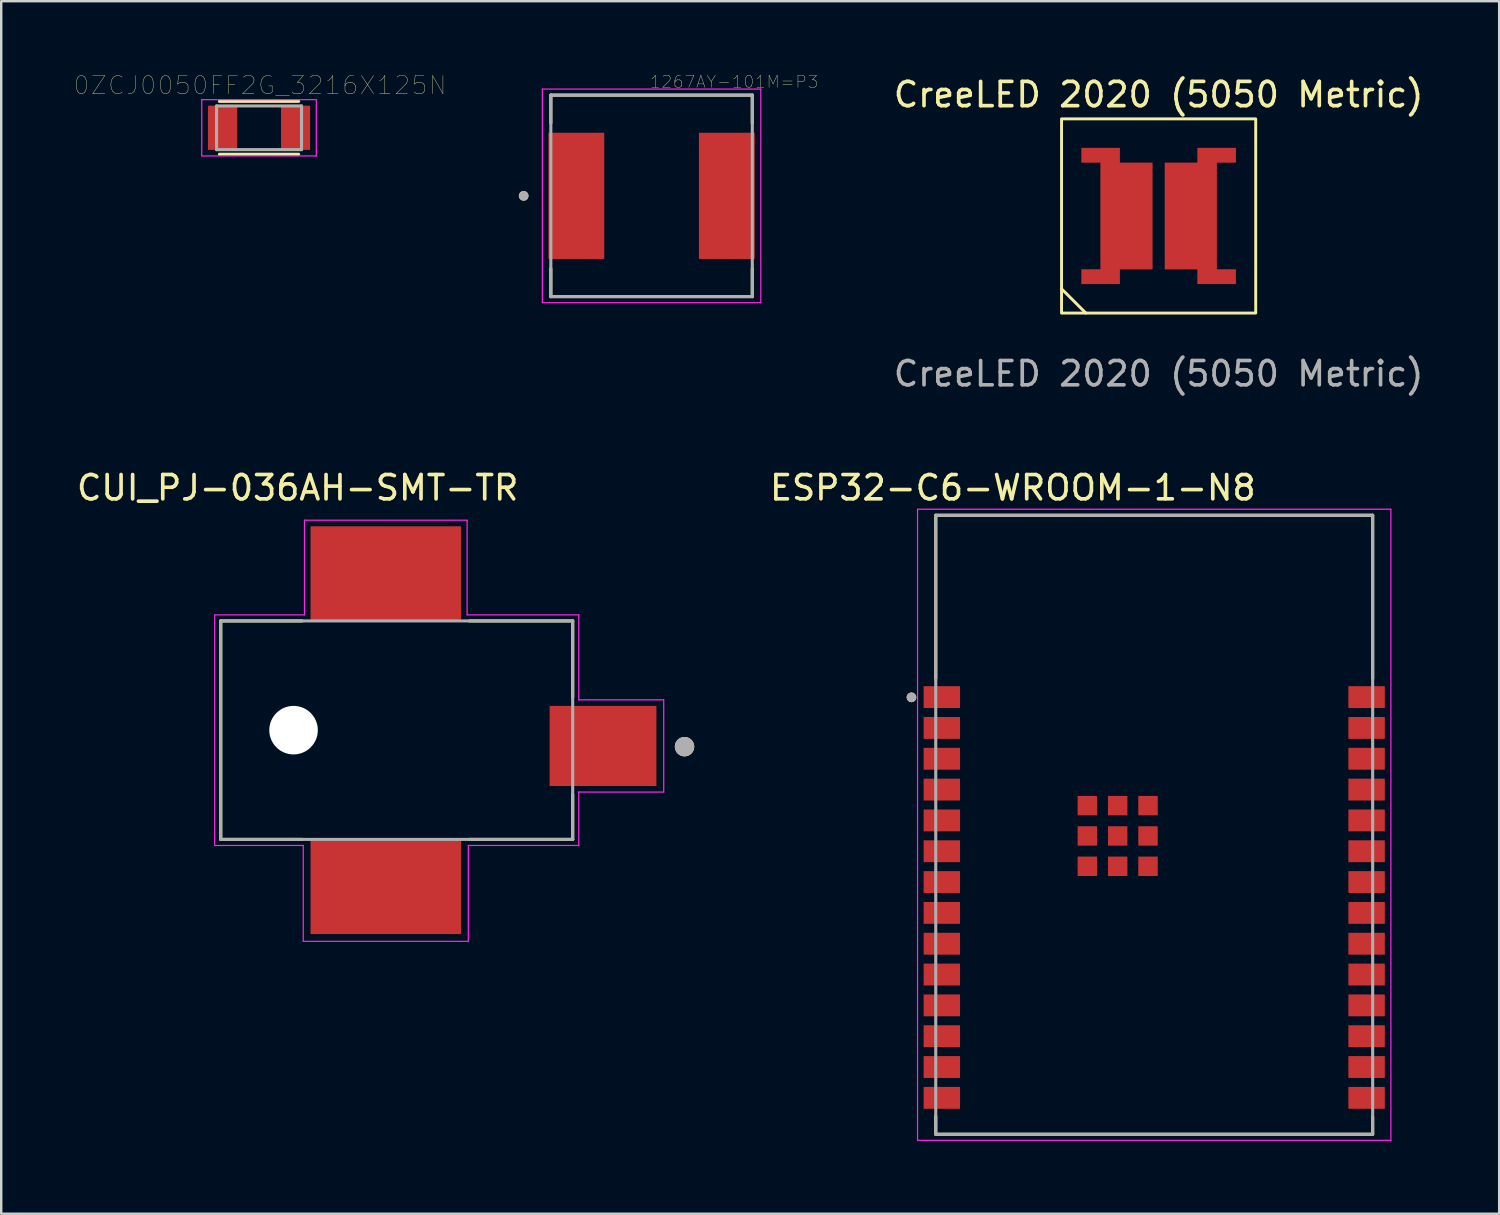
<source format=kicad_pcb>
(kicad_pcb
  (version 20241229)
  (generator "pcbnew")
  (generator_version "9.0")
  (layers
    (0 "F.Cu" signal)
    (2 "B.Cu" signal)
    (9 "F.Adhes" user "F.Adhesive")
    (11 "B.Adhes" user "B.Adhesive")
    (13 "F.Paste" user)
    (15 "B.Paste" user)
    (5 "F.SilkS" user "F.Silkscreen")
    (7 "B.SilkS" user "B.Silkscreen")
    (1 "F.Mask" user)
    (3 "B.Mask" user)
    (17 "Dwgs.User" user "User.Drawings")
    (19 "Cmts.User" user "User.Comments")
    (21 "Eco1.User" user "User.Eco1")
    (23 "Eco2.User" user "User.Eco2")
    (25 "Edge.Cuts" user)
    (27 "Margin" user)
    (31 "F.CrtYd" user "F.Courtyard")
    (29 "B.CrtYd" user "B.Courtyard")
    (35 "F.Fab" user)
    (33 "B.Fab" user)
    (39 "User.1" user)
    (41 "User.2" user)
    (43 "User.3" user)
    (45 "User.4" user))
  (footprint "0ZCJ0050FF2G_3216X125N"
    (layer "F.Cu")
    (at 7.622 2.215)
    (property "Reference" "0ZCJ0050FF2G_3216X125N" (at 0.04 -1.75 0) (layer "F.SilkS") (effects (font (size 0.75 0.75) (thickness 0.015))))
    (attr through_hole)
    (fp_line (start -1.63 -1.09) (end 1.63 -1.09) (stroke (width 0.127) (type solid)) (layer "F.SilkS"))
    (fp_line (start -1.63 1.09) (end 1.63 1.09) (stroke (width 0.127) (type solid)) (layer "F.SilkS"))
    (fp_line (start -2.36 -1.16) (end 2.36 -1.16) (stroke (width 0.05) (type solid)) (layer "F.CrtYd"))
    (fp_line (start -2.36 1.16) (end -2.36 -1.16) (stroke (width 0.05) (type solid)) (layer "F.CrtYd"))
    (fp_line (start 2.36 -1.16) (end 2.36 1.16) (stroke (width 0.05) (type solid)) (layer "F.CrtYd"))
    (fp_line (start 2.36 1.16) (end -2.36 1.16) (stroke (width 0.05) (type solid)) (layer "F.CrtYd"))
    (fp_line (start -1.75 -0.9) (end 1.75 -0.9) (stroke (width 0.127) (type solid)) (layer "F.Fab"))
    (fp_line (start -1.75 0.9) (end -1.75 -0.9) (stroke (width 0.127) (type solid)) (layer "F.Fab"))
    (fp_line (start 1.75 -0.9) (end 1.75 0.9) (stroke (width 0.127) (type solid)) (layer "F.Fab"))
    (fp_line (start 1.75 0.9) (end -1.75 0.9) (stroke (width 0.127) (type solid)) (layer "F.Fab"))
    (pad "1" smd rect (at -1.505 0) (size 1.2 1.82) (layers "F.Cu" "F.Mask" "F.Paste"))
    (pad "2" smd rect (at 1.505 0) (size 1.2 1.82) (layers "F.Cu" "F.Mask" "F.Paste")))
  (footprint "ESP32-C6-WROOM-1-N8"
    (layer "F.Cu")
    (at 44.502 30.93)
    (property "Reference" "ESP32-C6-WROOM-1-N8" (at -5.825 -13.885 0) (layer "F.SilkS") (effects (font (size 1 1) (thickness 0.15))))
    (attr smd)
    (fp_line (start -9 -12.75) (end 9 -12.75) (stroke (width 0.127) (type solid)) (layer "F.SilkS"))
    (fp_line (start -9 -6.03) (end -9 -12.75) (stroke (width 0.127) (type solid)) (layer "F.SilkS"))
    (fp_line (start -9 12.75) (end -9 12.02) (stroke (width 0.127) (type solid)) (layer "F.SilkS"))
    (fp_line (start -9 12.75) (end 9 12.75) (stroke (width 0.127) (type solid)) (layer "F.SilkS"))
    (fp_line (start 9 -12.75) (end 9 -6.03) (stroke (width 0.127) (type solid)) (layer "F.SilkS"))
    (fp_line (start 9 12.02) (end 9 12.75) (stroke (width 0.127) (type solid)) (layer "F.SilkS"))
    (fp_circle (center -10 -5.25) (end -9.9 -5.25) (stroke (width 0.2) (type solid)) (fill no) (layer "F.SilkS"))
    (fp_line (start -9.75 -13) (end -9.75 13) (stroke (width 0.05) (type solid)) (layer "F.CrtYd"))
    (fp_line (start -9.75 13) (end 9.75 13) (stroke (width 0.05) (type solid)) (layer "F.CrtYd"))
    (fp_line (start 9.75 -13) (end -9.75 -13) (stroke (width 0.05) (type solid)) (layer "F.CrtYd"))
    (fp_line (start 9.75 13) (end 9.75 -13) (stroke (width 0.05) (type solid)) (layer "F.CrtYd"))
    (fp_line (start -9 -12.75) (end 9 -12.75) (stroke (width 0.127) (type solid)) (layer "F.Fab"))
    (fp_line (start -9 12.75) (end -9 -12.75) (stroke (width 0.127) (type solid)) (layer "F.Fab"))
    (fp_line (start -9 12.75) (end 9 12.75) (stroke (width 0.127) (type solid)) (layer "F.Fab"))
    (fp_line (start 9 -12.75) (end 9 12.75) (stroke (width 0.127) (type solid)) (layer "F.Fab"))
    (fp_circle (center -10 -5.25) (end -9.9 -5.25) (stroke (width 0.2) (type solid)) (fill no) (layer "F.Fab"))
    (pad "1" smd rect (at -8.75 -5.26) (size 1.5 0.9) (layers "F.Cu" "F.Mask" "F.Paste"))
    (pad "2" smd rect (at -8.75 -3.99) (size 1.5 0.9) (layers "F.Cu" "F.Mask" "F.Paste"))
    (pad "3" smd rect (at -8.75 -2.72) (size 1.5 0.9) (layers "F.Cu" "F.Mask" "F.Paste"))
    (pad "4" smd rect (at -8.75 -1.45) (size 1.5 0.9) (layers "F.Cu" "F.Mask" "F.Paste"))
    (pad "5" smd rect (at -8.75 -0.18) (size 1.5 0.9) (layers "F.Cu" "F.Mask" "F.Paste"))
    (pad "6" smd rect (at -8.75 1.09) (size 1.5 0.9) (layers "F.Cu" "F.Mask" "F.Paste"))
    (pad "7" smd rect (at -8.75 2.36) (size 1.5 0.9) (layers "F.Cu" "F.Mask" "F.Paste"))
    (pad "8" smd rect (at -8.75 3.63) (size 1.5 0.9) (layers "F.Cu" "F.Mask" "F.Paste"))
    (pad "9" smd rect (at -8.75 4.9) (size 1.5 0.9) (layers "F.Cu" "F.Mask" "F.Paste"))
    (pad "10" smd rect (at -8.75 6.17) (size 1.5 0.9) (layers "F.Cu" "F.Mask" "F.Paste"))
    (pad "11" smd rect (at -8.75 7.44) (size 1.5 0.9) (layers "F.Cu" "F.Mask" "F.Paste"))
    (pad "12" smd rect (at -8.75 8.71) (size 1.5 0.9) (layers "F.Cu" "F.Mask" "F.Paste"))
    (pad "13" smd rect (at -8.75 9.98) (size 1.5 0.9) (layers "F.Cu" "F.Mask" "F.Paste"))
    (pad "14" smd rect (at -8.75 11.25) (size 1.5 0.9) (layers "F.Cu" "F.Mask" "F.Paste"))
    (pad "15" smd rect (at 8.75 11.25) (size 1.5 0.9) (layers "F.Cu" "F.Mask" "F.Paste"))
    (pad "16" smd rect (at 8.75 9.98) (size 1.5 0.9) (layers "F.Cu" "F.Mask" "F.Paste"))
    (pad "17" smd rect (at 8.75 8.71) (size 1.5 0.9) (layers "F.Cu" "F.Mask" "F.Paste"))
    (pad "18" smd rect (at 8.75 7.44) (size 1.5 0.9) (layers "F.Cu" "F.Mask" "F.Paste"))
    (pad "19" smd rect (at 8.75 6.17) (size 1.5 0.9) (layers "F.Cu" "F.Mask" "F.Paste"))
    (pad "20" smd rect (at 8.75 4.9) (size 1.5 0.9) (layers "F.Cu" "F.Mask" "F.Paste"))
    (pad "21" smd rect (at 8.75 3.63) (size 1.5 0.9) (layers "F.Cu" "F.Mask" "F.Paste"))
    (pad "22" smd rect (at 8.75 2.36) (size 1.5 0.9) (layers "F.Cu" "F.Mask" "F.Paste"))
    (pad "23" smd rect (at 8.75 1.09) (size 1.5 0.9) (layers "F.Cu" "F.Mask" "F.Paste"))
    (pad "24" smd rect (at 8.75 -0.18) (size 1.5 0.9) (layers "F.Cu" "F.Mask" "F.Paste"))
    (pad "25" smd rect (at 8.75 -1.45) (size 1.5 0.9) (layers "F.Cu" "F.Mask" "F.Paste"))
    (pad "26" smd rect (at 8.75 -2.72) (size 1.5 0.9) (layers "F.Cu" "F.Mask" "F.Paste"))
    (pad "27" smd rect (at 8.75 -3.99) (size 1.5 0.9) (layers "F.Cu" "F.Mask" "F.Paste"))
    (pad "28" smd rect (at 8.75 -5.26) (size 1.5 0.9) (layers "F.Cu" "F.Mask" "F.Paste"))
    (pad "29_1" smd rect (at -2.755 -0.79) (size 0.8 0.8) (layers "F.Cu" "F.Mask" "F.Paste"))
    (pad "29_2" smd rect (at -1.505 -0.79) (size 0.8 0.8) (layers "F.Cu" "F.Mask" "F.Paste"))
    (pad "29_3" smd rect (at -0.255 -0.79) (size 0.8 0.8) (layers "F.Cu" "F.Mask" "F.Paste"))
    (pad "29_4" smd rect (at -2.755 0.46) (size 0.8 0.8) (layers "F.Cu" "F.Mask" "F.Paste"))
    (pad "29_5" smd rect (at -1.505 0.46) (size 0.8 0.8) (layers "F.Cu" "F.Mask" "F.Paste"))
    (pad "29_6" smd rect (at -0.255 0.46) (size 0.8 0.8) (layers "F.Cu" "F.Mask" "F.Paste"))
    (pad "29_7" smd rect (at -2.755 1.71) (size 0.8 0.8) (layers "F.Cu" "F.Mask" "F.Paste"))
    (pad "29_8" smd rect (at -1.505 1.71) (size 0.8 0.8) (layers "F.Cu" "F.Mask" "F.Paste"))
    (pad "29_9" smd rect (at -0.255 1.71) (size 0.8 0.8) (layers "F.Cu" "F.Mask" "F.Paste"))
    (zone (net_name "") (layer "F.Cu") (name "Antenna") (hatch full 0.508) (connect_pads) (min_thickness 0.01) (filled_areas_thickness no) (keepout (tracks not_allowed) (vias not_allowed) (pads not_allowed) (copperpour not_allowed) (footprints allowed)) (placement (enabled no)) (fill) (polygon (pts (xy 35.502 18.18) (xy 53.502 18.18) (xy 53.502 24.18) (xy 35.502 24.18))))
    (zone (net_name "") (layers "F.Cu" "B.Cu") (name "Antenna") (hatch full 0.508) (connect_pads) (min_thickness 0.01) (filled_areas_thickness no) (keepout (tracks not_allowed) (vias not_allowed) (pads not_allowed) (copperpour not_allowed) (footprints allowed)) (placement (enabled no)) (fill) (polygon (pts (xy 35.502 18.18) (xy 53.502 18.18) (xy 53.502 24.18) (xy 35.502 24.18)))))
  (footprint "CUI_PJ-036AH-SMT-TR"
    (layer "F.Cu")
    (at 21.794 27.682)
    (property "Reference" "CUI_PJ-036AH-SMT-TR" (at -12.58 -10.636 0) (layer "F.SilkS") (effects (font (size 1.002 1.002) (thickness 0.15))))
    (attr through_hole)
    (fp_line (start -15.75 -5.15) (end -15.75 3.85) (stroke (width 0.127) (type solid)) (layer "F.SilkS"))
    (fp_line (start -15.75 3.85) (end -12.4 3.85) (stroke (width 0.127) (type solid)) (layer "F.SilkS"))
    (fp_line (start -12.4 -5.15) (end -15.75 -5.15) (stroke (width 0.127) (type solid)) (layer "F.SilkS"))
    (fp_line (start -5.5 3.85) (end -1.25 3.85) (stroke (width 0.127) (type solid)) (layer "F.SilkS"))
    (fp_line (start -1.25 -5.15) (end -5.5 -5.15) (stroke (width 0.127) (type solid)) (layer "F.SilkS"))
    (fp_line (start -1.25 -2) (end -1.25 -5.15) (stroke (width 0.127) (type solid)) (layer "F.SilkS"))
    (fp_line (start -1.25 3.85) (end -1.25 2) (stroke (width 0.127) (type solid)) (layer "F.SilkS"))
    (fp_circle (center 3.358 0.03) (end 3.558 0.03) (stroke (width 0.4) (type solid)) (fill no) (layer "F.SilkS"))
    (fp_line (start -16 -5.4) (end -16 4.1) (stroke (width 0.05) (type solid)) (layer "F.CrtYd"))
    (fp_line (start -16 4.1) (end -12.35 4.1) (stroke (width 0.05) (type solid)) (layer "F.CrtYd"))
    (fp_line (start -12.35 4.1) (end -12.35 8.05) (stroke (width 0.05) (type solid)) (layer "F.CrtYd"))
    (fp_line (start -12.35 8.05) (end -5.55 8.05) (stroke (width 0.05) (type solid)) (layer "F.CrtYd"))
    (fp_line (start -12.3 -9.3) (end -5.6 -9.3) (stroke (width 0.05) (type solid)) (layer "F.CrtYd"))
    (fp_line (start -12.3 -5.4) (end -16 -5.4) (stroke (width 0.05) (type solid)) (layer "F.CrtYd"))
    (fp_line (start -12.3 -5.4) (end -12.3 -9.3) (stroke (width 0.05) (type solid)) (layer "F.CrtYd"))
    (fp_line (start -5.6 -9.3) (end -5.6 -5.4) (stroke (width 0.05) (type solid)) (layer "F.CrtYd"))
    (fp_line (start -5.55 4.1) (end -1 4.1) (stroke (width 0.05) (type solid)) (layer "F.CrtYd"))
    (fp_line (start -5.55 8.05) (end -5.55 4.1) (stroke (width 0.05) (type solid)) (layer "F.CrtYd"))
    (fp_line (start -1 -5.4) (end -5.6 -5.4) (stroke (width 0.05) (type solid)) (layer "F.CrtYd"))
    (fp_line (start -1 -1.9) (end -1 -5.4) (stroke (width 0.05) (type solid)) (layer "F.CrtYd"))
    (fp_line (start -1 -1.9) (end 2.5 -1.9) (stroke (width 0.05) (type solid)) (layer "F.CrtYd"))
    (fp_line (start -1 4.1) (end -1 1.9) (stroke (width 0.05) (type solid)) (layer "F.CrtYd"))
    (fp_line (start 2.5 -1.9) (end 2.5 1.9) (stroke (width 0.05) (type solid)) (layer "F.CrtYd"))
    (fp_line (start 2.5 1.9) (end -1 1.9) (stroke (width 0.05) (type solid)) (layer "F.CrtYd"))
    (fp_line (start -15.75 -5.15) (end -15.75 3.85) (stroke (width 0.127) (type solid)) (layer "F.Fab"))
    (fp_line (start -15.75 3.85) (end -1.25 3.85) (stroke (width 0.127) (type solid)) (layer "F.Fab"))
    (fp_line (start -1.25 -5.15) (end -15.75 -5.15) (stroke (width 0.127) (type solid)) (layer "F.Fab"))
    (fp_line (start -1.25 3.85) (end -1.25 -5.15) (stroke (width 0.127) (type solid)) (layer "F.Fab"))
    (fp_circle (center 3.358 0.03) (end 3.558 0.03) (stroke (width 0.4) (type solid)) (fill no) (layer "F.Fab"))
    (pad "" np_thru_hole circle (at -12.75 -0.65) (size 2 2) (drill 2) (layers "*.Cu" "*.Mask"))
    (pad "1" smd rect (at 0 0 90) (size 3.3 4.4) (layers "F.Cu" "F.Mask" "F.Paste"))
    (pad "2" smd rect (at -8.95 -7.1 180) (size 6.2 3.9) (layers "F.Cu" "F.Mask" "F.Paste"))
    (pad "3" smd rect (at -8.95 5.8) (size 6.2 3.9) (layers "F.Cu" "F.Mask" "F.Paste")))
  (footprint "1267AY-101M=P3"
    (layer "F.Cu")
    (at 23.794 5.019)
    (property "Reference" "1267AY-101M=P3" (at 3.4 -4.7 0) (layer "F.SilkS") (effects (font (size 0.5 0.5) (thickness 0.015))))
    (attr through_hole)
    (fp_line (start -4.15 -4.15) (end 4.15 -4.15) (stroke (width 0.127) (type solid)) (layer "F.SilkS"))
    (fp_line (start -4.15 -3) (end -4.15 -4.15) (stroke (width 0.127) (type solid)) (layer "F.SilkS"))
    (fp_line (start -4.15 4.15) (end -4.15 3) (stroke (width 0.127) (type solid)) (layer "F.SilkS"))
    (fp_line (start 4.15 -4.15) (end 4.15 -3) (stroke (width 0.127) (type solid)) (layer "F.SilkS"))
    (fp_line (start 4.15 3) (end 4.15 4.15) (stroke (width 0.127) (type solid)) (layer "F.SilkS"))
    (fp_line (start 4.15 4.15) (end -4.15 4.15) (stroke (width 0.127) (type solid)) (layer "F.SilkS"))
    (fp_circle (center -5.27 0) (end -5.17 0) (stroke (width 0.2) (type solid)) (fill no) (layer "F.SilkS"))
    (fp_line (start -4.5 -4.4) (end 4.5 -4.4) (stroke (width 0.05) (type solid)) (layer "F.CrtYd"))
    (fp_line (start -4.5 4.4) (end -4.5 -4.4) (stroke (width 0.05) (type solid)) (layer "F.CrtYd"))
    (fp_line (start 4.5 -4.4) (end 4.5 4.4) (stroke (width 0.05) (type solid)) (layer "F.CrtYd"))
    (fp_line (start 4.5 4.4) (end -4.5 4.4) (stroke (width 0.05) (type solid)) (layer "F.CrtYd"))
    (fp_line (start -4.15 -4.15) (end 4.15 -4.15) (stroke (width 0.127) (type solid)) (layer "F.Fab"))
    (fp_line (start -4.15 4.15) (end -4.15 -4.15) (stroke (width 0.127) (type solid)) (layer "F.Fab"))
    (fp_line (start 4.15 -4.15) (end 4.15 4.15) (stroke (width 0.127) (type solid)) (layer "F.Fab"))
    (fp_line (start 4.15 4.15) (end -4.15 4.15) (stroke (width 0.127) (type solid)) (layer "F.Fab"))
    (fp_circle (center -5.27 0) (end -5.17 0) (stroke (width 0.2) (type solid)) (fill no) (layer "F.Fab"))
    (pad "1" smd rect (at -3.1 0) (size 2.3 5.2) (layers "F.Cu" "F.Mask" "F.Paste"))
    (pad "2" smd rect (at 3.1 0) (size 2.3 5.2) (layers "F.Cu" "F.Mask" "F.Paste")))
  (footprint "CreeLED 2020 (5050 Metric)"
    (layer "F.Cu")
    (at 44.684 5.848)
    (property "Reference" "CreeLED 2020 (5050 Metric)" (at 0 -5 0) (unlocked yes) (layer "F.SilkS") (effects (font (size 1 1) (thickness 0.15))))
    (attr smd)
    (fp_line (start -3 4) (end -4 3) (stroke (width 0.12) (type solid)) (layer "F.SilkS"))
    (fp_rect (start -4 -4) (end 4 4) (stroke (width 0.12) (type solid)) (fill no) (layer "F.SilkS"))
    (fp_text user "${REFERENCE}" (at 0 6.5 0) (unlocked yes) (layer "F.Fab") (effects (font (size 1 1) (thickness 0.15))))
    (pad "1" smd custom (at 1.325 0) (size 2.15 4.4) (layers "F.Cu" "F.Mask" "F.Paste") (options (anchor rect)) (primitives (gr_poly (pts (xy 0.275 -2.2) (xy 0.275 -2.8) (xy 1.855 -2.8) (xy 1.855 -2.2)) (width 0.01) (fill yes)) (gr_poly (pts (xy 0.275 2.2) (xy 0.275 2.8) (xy 1.855 2.8) (xy 1.855 2.2)) (width 0.01) (fill yes))))
    (pad "2" smd custom (at -1.325 0) (size 2.15 4.4) (layers "F.Cu" "F.Mask" "F.Paste") (options (anchor rect)) (primitives (gr_poly (pts (xy -0.275 -2.2) (xy -0.275 -2.8) (xy -1.855 -2.8) (xy -1.855 -2.2)) (width 0.01) (fill yes)) (gr_poly (pts (xy -0.275 2.2) (xy -0.275 2.8) (xy -1.855 2.8) (xy -1.855 2.2)) (width 0.01) (fill yes)))))
  (gr_rect
    (start -3 -3)
    (end 58.714 46.955)
    (stroke (width 0.1) (type default))
    (fill no)
    (layer "Edge.Cuts")))
</source>
